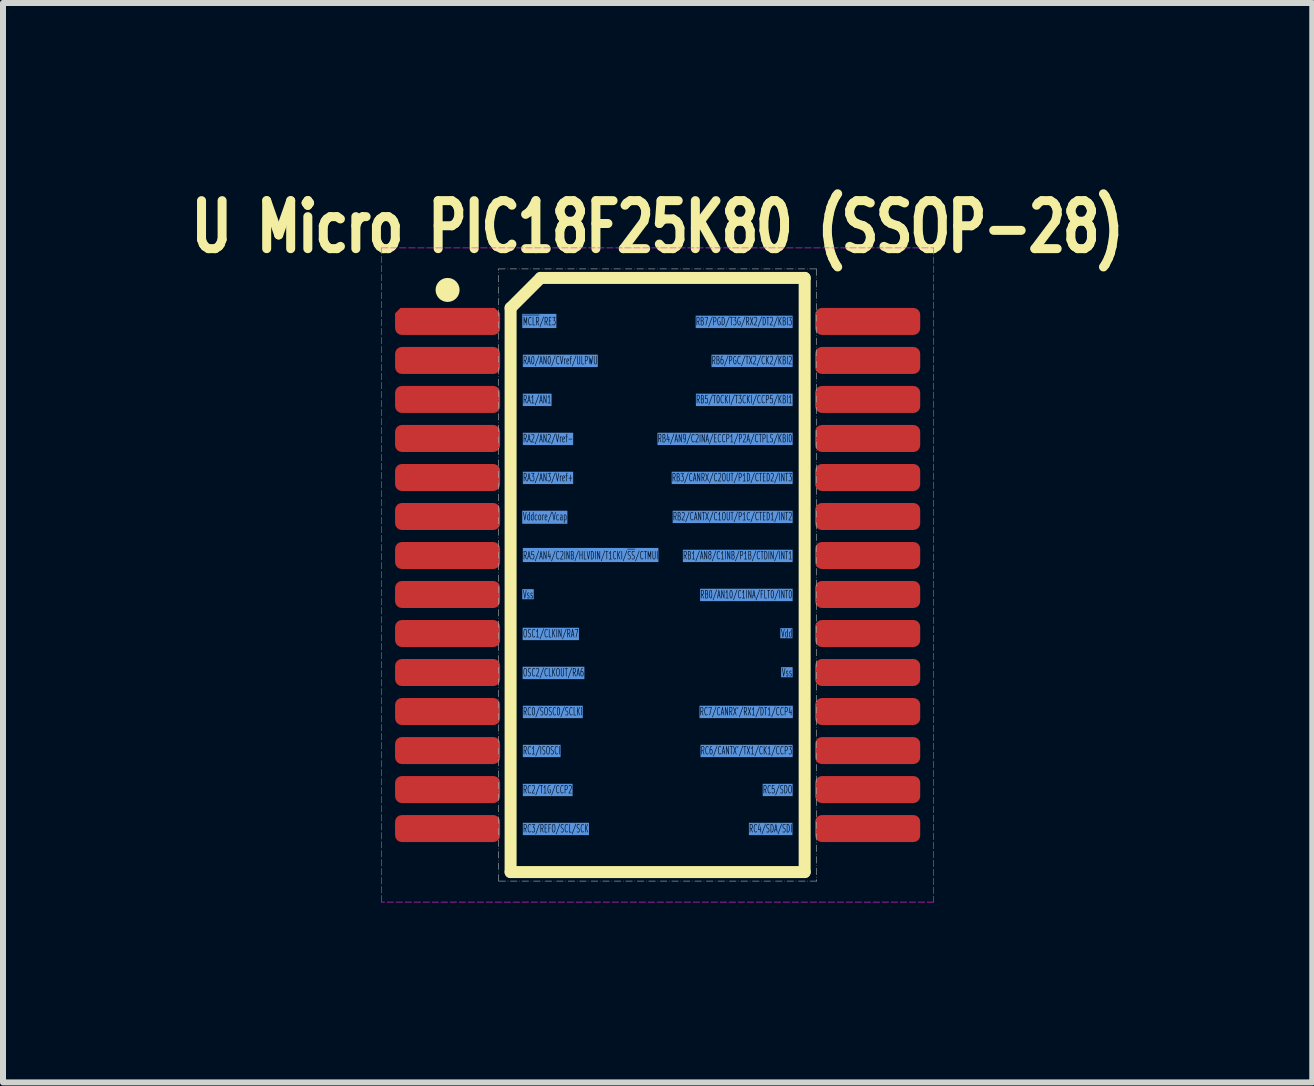
<source format=kicad_pcb>
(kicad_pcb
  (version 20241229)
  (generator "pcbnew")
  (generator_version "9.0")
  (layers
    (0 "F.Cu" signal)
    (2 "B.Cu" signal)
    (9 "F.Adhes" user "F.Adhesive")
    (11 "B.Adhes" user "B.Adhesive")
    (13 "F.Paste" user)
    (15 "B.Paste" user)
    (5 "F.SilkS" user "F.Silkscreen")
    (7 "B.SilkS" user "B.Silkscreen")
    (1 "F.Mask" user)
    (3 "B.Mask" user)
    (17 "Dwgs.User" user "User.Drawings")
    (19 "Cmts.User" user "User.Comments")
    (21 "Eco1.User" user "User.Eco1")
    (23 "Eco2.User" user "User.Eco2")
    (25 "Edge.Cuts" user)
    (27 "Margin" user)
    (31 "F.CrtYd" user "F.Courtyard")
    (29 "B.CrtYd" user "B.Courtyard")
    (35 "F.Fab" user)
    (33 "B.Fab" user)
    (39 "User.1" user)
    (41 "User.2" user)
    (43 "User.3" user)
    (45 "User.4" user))
  (footprint "U Micro PIC18F25K80 (SSOP-28)"
    (layer "F.Cu")
    (at 7.908 6.531)
    (property "Reference" "U Micro PIC18F25K80 (SSOP-28)" (at 0 -5.8 0) (layer "F.SilkS") (effects (font (size 0.8 0.6) (thickness 0.15))))
    (attr smd)
    (fp_line (start -2.45 -4.45) (end -1.95 -4.95) (stroke (width 0.2) (type default)) (layer "F.SilkS"))
    (fp_line (start -2.45 4.95) (end -2.45 -4.45) (stroke (width 0.2) (type default)) (layer "F.SilkS"))
    (fp_line (start -1.95 -4.95) (end 2.45 -4.95) (stroke (width 0.2) (type default)) (layer "F.SilkS"))
    (fp_line (start 2.45 -4.95) (end 2.45 4.95) (stroke (width 0.2) (type default)) (layer "F.SilkS"))
    (fp_line (start 2.45 4.95) (end -2.45 4.95) (stroke (width 0.2) (type default)) (layer "F.SilkS"))
    (fp_circle (center -3.5 -4.75) (end -3.35 -4.75) (stroke (width 0.1) (type solid)) (fill yes) (layer "F.SilkS"))
    (fp_rect (start -4.6 -5.45) (end 4.6 5.45) (stroke (width 0.01) (type dash)) (fill no) (layer "F.CrtYd"))
    (fp_rect (start -2.65 -5.1) (end 2.65 5.1) (stroke (width 0.01) (type dash_dot)) (fill no) (layer "F.Fab"))
    (fp_text user "Vss" (at 2.25 1.625 0) (layer "Cmts.User" knockout) (effects (font (size 0.13 0.07) (thickness 0.01) (bold yes)) (justify right)))
    (fp_text user "RC3/REFO/SCL/SCK" (at -2.25 4.225 0) (layer "Cmts.User" knockout) (effects (font (size 0.13 0.07) (thickness 0.01) (bold yes)) (justify left)))
    (fp_text user "RC6/CANTX'/TX1/CK1/CCP3" (at 2.25 2.925 0) (layer "Cmts.User" knockout) (effects (font (size 0.13 0.07) (thickness 0.01)) (justify right)))
    (fp_text user "RA2/AN2/Vref-" (at -2.25 -2.275 0) (layer "Cmts.User" knockout) (effects (font (size 0.13 0.07) (thickness 0.01)) (justify left)))
    (fp_text user "RA3/AN3/Vref+" (at -2.25 -1.625 0) (layer "Cmts.User" knockout) (effects (font (size 0.13 0.07) (thickness 0.01)) (justify left)))
    (fp_text user "RB5/T0CKI/T3CKI/CCP5/KBI1" (at 2.25 -2.925 0) (layer "Cmts.User" knockout) (effects (font (size 0.13 0.07) (thickness 0.01)) (justify right)))
    (fp_text user "RA0/AN0/CVref/ULPWU" (at -2.25 -3.575 0) (layer "Cmts.User" knockout) (effects (font (size 0.13 0.07) (thickness 0.01)) (justify left)))
    (fp_text user "Vss" (at -2.25 0.325 0) (layer "Cmts.User" knockout) (effects (font (size 0.13 0.07) (thickness 0.01) (bold yes)) (justify left)))
    (fp_text user "~{MCLR}/RE3" (at -2.25 -4.225 0) (layer "Cmts.User" knockout) (effects (font (size 0.13 0.07) (thickness 0.01) (bold yes)) (justify left)))
    (fp_text user "RB7/PGD/T3G/RX2/DT2/KBI3" (at 2.25 -4.225 0) (layer "Cmts.User" knockout) (effects (font (size 0.13 0.07) (thickness 0.01) (bold yes)) (justify right)))
    (fp_text user "RC0/SOSC0/SCLKI" (at -2.25 2.275 0) (layer "Cmts.User" knockout) (effects (font (size 0.13 0.07) (thickness 0.01)) (justify left)))
    (fp_text user "RB3/CANRX/C2OUT/P1D/CTED2/INT3" (at 2.25 -1.625 0) (layer "Cmts.User" knockout) (effects (font (size 0.13 0.07) (thickness 0.01)) (justify right)))
    (fp_text user "RB2/CANTX/C1OUT/P1C/CTED1/INT2" (at 2.25 -0.975 0) (layer "Cmts.User" knockout) (effects (font (size 0.13 0.07) (thickness 0.01)) (justify right)))
    (fp_text user "Vdd" (at 2.25 0.975 0) (layer "Cmts.User" knockout) (effects (font (size 0.13 0.07) (thickness 0.01) (bold yes)) (justify right)))
    (fp_text user "RC7/CANRX'/RX1/DT1/CCP4" (at 2.25 2.275 0) (layer "Cmts.User" knockout) (effects (font (size 0.13 0.07) (thickness 0.01)) (justify right)))
    (fp_text user "OSC1/CLKIN/RA7" (at -2.25 0.975 0) (layer "Cmts.User" knockout) (effects (font (size 0.13 0.07) (thickness 0.01)) (justify left)))
    (fp_text user "RB6/PGC/TX2/CK2/KBI2" (at 2.25 -3.575 0) (layer "Cmts.User" knockout) (effects (font (size 0.13 0.07) (thickness 0.01) (bold yes)) (justify right)))
    (fp_text user "RC4/SDA/SDI" (at 2.25 4.225 0) (layer "Cmts.User" knockout) (effects (font (size 0.13 0.07) (thickness 0.01)) (justify right)))
    (fp_text user "RA1/AN1" (at -2.25 -2.925 0) (layer "Cmts.User" knockout) (effects (font (size 0.13 0.07) (thickness 0.01)) (justify left)))
    (fp_text user "RC1/ISOSCI" (at -2.25 2.925 0) (layer "Cmts.User" knockout) (effects (font (size 0.13 0.07) (thickness 0.01)) (justify left)))
    (fp_text user "OSC2/CLKOUT/RA6" (at -2.25 1.625 0) (layer "Cmts.User" knockout) (effects (font (size 0.13 0.07) (thickness 0.01)) (justify left)))
    (fp_text user "Vddcore/Vcap" (at -2.25 -0.975 0) (layer "Cmts.User" knockout) (effects (font (size 0.13 0.07) (thickness 0.01) (bold yes)) (justify left)))
    (fp_text user "RC5/SDO" (at 2.25 3.575 0) (layer "Cmts.User" knockout) (effects (font (size 0.13 0.07) (thickness 0.01)) (justify right)))
    (fp_text user "RC2/T1G/CCP2" (at -2.25 3.575 0) (layer "Cmts.User" knockout) (effects (font (size 0.13 0.07) (thickness 0.01)) (justify left)))
    (fp_text user "RB0/AN10/C1INA/FLT0/INT0" (at 2.25 0.325 0) (layer "Cmts.User" knockout) (effects (font (size 0.13 0.07) (thickness 0.01)) (justify right)))
    (fp_text user "RB1/AN8/C1INB/P1B/CTDIN/INT1" (at 2.25 -0.325 0) (layer "Cmts.User" knockout) (effects (font (size 0.13 0.07) (thickness 0.01)) (justify right)))
    (fp_text user "RB4/AN9/C2INA/ECCP1/P2A/CTPLS/KBI0" (at 2.25 -2.275 0) (layer "Cmts.User" knockout) (effects (font (size 0.13 0.07) (thickness 0.01)) (justify right)))
    (fp_text user "RA5/AN4/C2INB/HLVDIN/T1CKI/~{SS}/CTMUI" (at -2.25 -0.325 0) (layer "Cmts.User" knockout) (effects (font (size 0.13 0.07) (thickness 0.01)) (justify left)))
    (pad "1" smd roundrect (at -3.5 -4.225) (size 1.75 0.45) (layers "F.Cu" "F.Mask" "F.Paste") (roundrect_rratio 0.25) (chamfer_ratio 0.2) (chamfer top_left top_right))
    (pad "2" smd roundrect (at -3.5 -3.575) (size 1.75 0.45) (layers "F.Cu" "F.Mask" "F.Paste") (roundrect_rratio 0.25))
    (pad "3" smd roundrect (at -3.5 -2.925) (size 1.75 0.45) (layers "F.Cu" "F.Mask" "F.Paste") (roundrect_rratio 0.25))
    (pad "4" smd roundrect (at -3.5 -2.275) (size 1.75 0.45) (layers "F.Cu" "F.Mask" "F.Paste") (roundrect_rratio 0.25))
    (pad "5" smd roundrect (at -3.5 -1.625) (size 1.75 0.45) (layers "F.Cu" "F.Mask" "F.Paste") (roundrect_rratio 0.25))
    (pad "6" smd roundrect (at -3.5 -0.975) (size 1.75 0.45) (layers "F.Cu" "F.Mask" "F.Paste") (roundrect_rratio 0.25))
    (pad "7" smd roundrect (at -3.5 -0.325) (size 1.75 0.45) (layers "F.Cu" "F.Mask" "F.Paste") (roundrect_rratio 0.25))
    (pad "8" smd roundrect (at -3.5 0.325) (size 1.75 0.45) (layers "F.Cu" "F.Mask" "F.Paste") (roundrect_rratio 0.25))
    (pad "9" smd roundrect (at -3.5 0.975) (size 1.75 0.45) (layers "F.Cu" "F.Mask" "F.Paste") (roundrect_rratio 0.25))
    (pad "10" smd roundrect (at -3.5 1.625) (size 1.75 0.45) (layers "F.Cu" "F.Mask" "F.Paste") (roundrect_rratio 0.25))
    (pad "11" smd roundrect (at -3.5 2.275) (size 1.75 0.45) (layers "F.Cu" "F.Mask" "F.Paste") (roundrect_rratio 0.25))
    (pad "12" smd roundrect (at -3.5 2.925) (size 1.75 0.45) (layers "F.Cu" "F.Mask" "F.Paste") (roundrect_rratio 0.25))
    (pad "13" smd roundrect (at -3.5 3.575) (size 1.75 0.45) (layers "F.Cu" "F.Mask" "F.Paste") (roundrect_rratio 0.25))
    (pad "14" smd roundrect (at -3.5 4.225) (size 1.75 0.45) (layers "F.Cu" "F.Mask" "F.Paste") (roundrect_rratio 0.25))
    (pad "15" smd roundrect (at 3.5 4.225) (size 1.75 0.45) (layers "F.Cu" "F.Mask" "F.Paste") (roundrect_rratio 0.25))
    (pad "16" smd roundrect (at 3.5 3.575) (size 1.75 0.45) (layers "F.Cu" "F.Mask" "F.Paste") (roundrect_rratio 0.25))
    (pad "17" smd roundrect (at 3.5 2.925) (size 1.75 0.45) (layers "F.Cu" "F.Mask" "F.Paste") (roundrect_rratio 0.25))
    (pad "18" smd roundrect (at 3.5 2.275) (size 1.75 0.45) (layers "F.Cu" "F.Mask" "F.Paste") (roundrect_rratio 0.25))
    (pad "19" smd roundrect (at 3.5 1.625) (size 1.75 0.45) (layers "F.Cu" "F.Mask" "F.Paste") (roundrect_rratio 0.25))
    (pad "20" smd roundrect (at 3.5 0.975) (size 1.75 0.45) (layers "F.Cu" "F.Mask" "F.Paste") (roundrect_rratio 0.25))
    (pad "21" smd roundrect (at 3.5 0.325) (size 1.75 0.45) (layers "F.Cu" "F.Mask" "F.Paste") (roundrect_rratio 0.25))
    (pad "22" smd roundrect (at 3.5 -0.325) (size 1.75 0.45) (layers "F.Cu" "F.Mask" "F.Paste") (roundrect_rratio 0.25))
    (pad "23" smd roundrect (at 3.5 -0.975) (size 1.75 0.45) (layers "F.Cu" "F.Mask" "F.Paste") (roundrect_rratio 0.25))
    (pad "24" smd roundrect (at 3.5 -1.625) (size 1.75 0.45) (layers "F.Cu" "F.Mask" "F.Paste") (roundrect_rratio 0.25))
    (pad "25" smd roundrect (at 3.5 -2.275) (size 1.75 0.45) (layers "F.Cu" "F.Mask" "F.Paste") (roundrect_rratio 0.25))
    (pad "26" smd roundrect (at 3.5 -2.925) (size 1.75 0.45) (layers "F.Cu" "F.Mask" "F.Paste") (roundrect_rratio 0.25))
    (pad "27" smd roundrect (at 3.5 -3.575) (size 1.75 0.45) (layers "F.Cu" "F.Mask" "F.Paste") (roundrect_rratio 0.25))
    (pad "28" smd roundrect (at 3.5 -4.225) (size 1.75 0.45) (layers "F.Cu" "F.Mask" "F.Paste") (roundrect_rratio 0.25)))
  (gr_rect
    (start -3 -3)
    (end 18.816 14.986)
    (stroke (width 0.1) (type default))
    (fill no)
    (layer "Edge.Cuts")))
</source>
